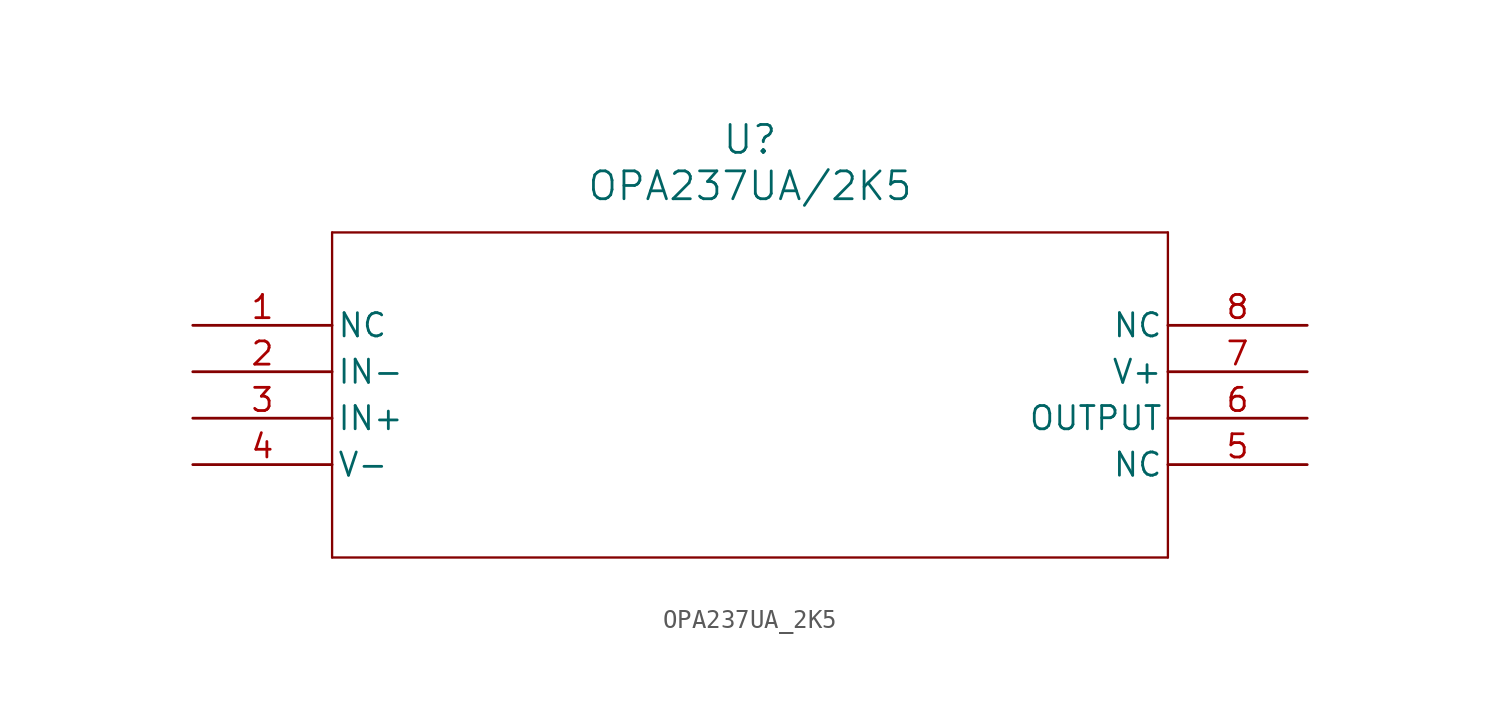
<source format=kicad_sym>
(kicad_symbol_lib
  (version 20211014)
  (generator kicad_symbol_editor)
  (symbol "OPA237UA_2K5"
    (pin_names
      (offset 0.254))
    (property "Reference" "U"
      (at 30.48 10.16 0)
      (effects (font (size 1.524 1.524))))
    (property "Value" "OPA237UA/2K5"
      (at 30.48 7.62 0)
      (effects (font (size 1.524 1.524))))
    (symbol "OPA237UA_2K5_0_1"
      (polyline (pts (xy 7.62 5.08) (xy 7.62 -12.7)) (stroke (width 0.127) (type default) (color 0 0 0 0)) (fill (type none)))
      (polyline (pts (xy 7.62 -12.7) (xy 53.34 -12.7)) (stroke (width 0.127) (type default) (color 0 0 0 0)) (fill (type none)))
      (polyline (pts (xy 53.34 -12.7) (xy 53.34 5.08)) (stroke (width 0.127) (type default) (color 0 0 0 0)) (fill (type none)))
      (polyline (pts (xy 53.34 5.08) (xy 7.62 5.08)) (stroke (width 0.127) (type default) (color 0 0 0 0)) (fill (type none)))
      (pin unspecified line (at 0 0 0) (length 7.62) (name "NC" (effects (font (size 1.27 1.27)))) (number "1" (effects (font (size 1.27 1.27)))))
      (pin input line (at 0 -2.54 0) (length 7.62) (name "IN-" (effects (font (size 1.27 1.27)))) (number "2" (effects (font (size 1.27 1.27)))))
      (pin input line (at 0 -5.08 0) (length 7.62) (name "IN+" (effects (font (size 1.27 1.27)))) (number "3" (effects (font (size 1.27 1.27)))))
      (pin power_in line (at 0 -7.62 0) (length 7.62) (name "V-" (effects (font (size 1.27 1.27)))) (number "4" (effects (font (size 1.27 1.27)))))
      (pin unspecified line (at 60.96 -7.62 180) (length 7.62) (name "NC" (effects (font (size 1.27 1.27)))) (number "5" (effects (font (size 1.27 1.27)))))
      (pin output line (at 60.96 -5.08 180) (length 7.62) (name "OUTPUT" (effects (font (size 1.27 1.27)))) (number "6" (effects (font (size 1.27 1.27)))))
      (pin power_in line (at 60.96 -2.54 180) (length 7.62) (name "V+" (effects (font (size 1.27 1.27)))) (number "7" (effects (font (size 1.27 1.27)))))
      (pin unspecified line (at 60.96 0 180) (length 7.62) (name "NC" (effects (font (size 1.27 1.27)))) (number "8" (effects (font (size 1.27 1.27))))))))
</source>
